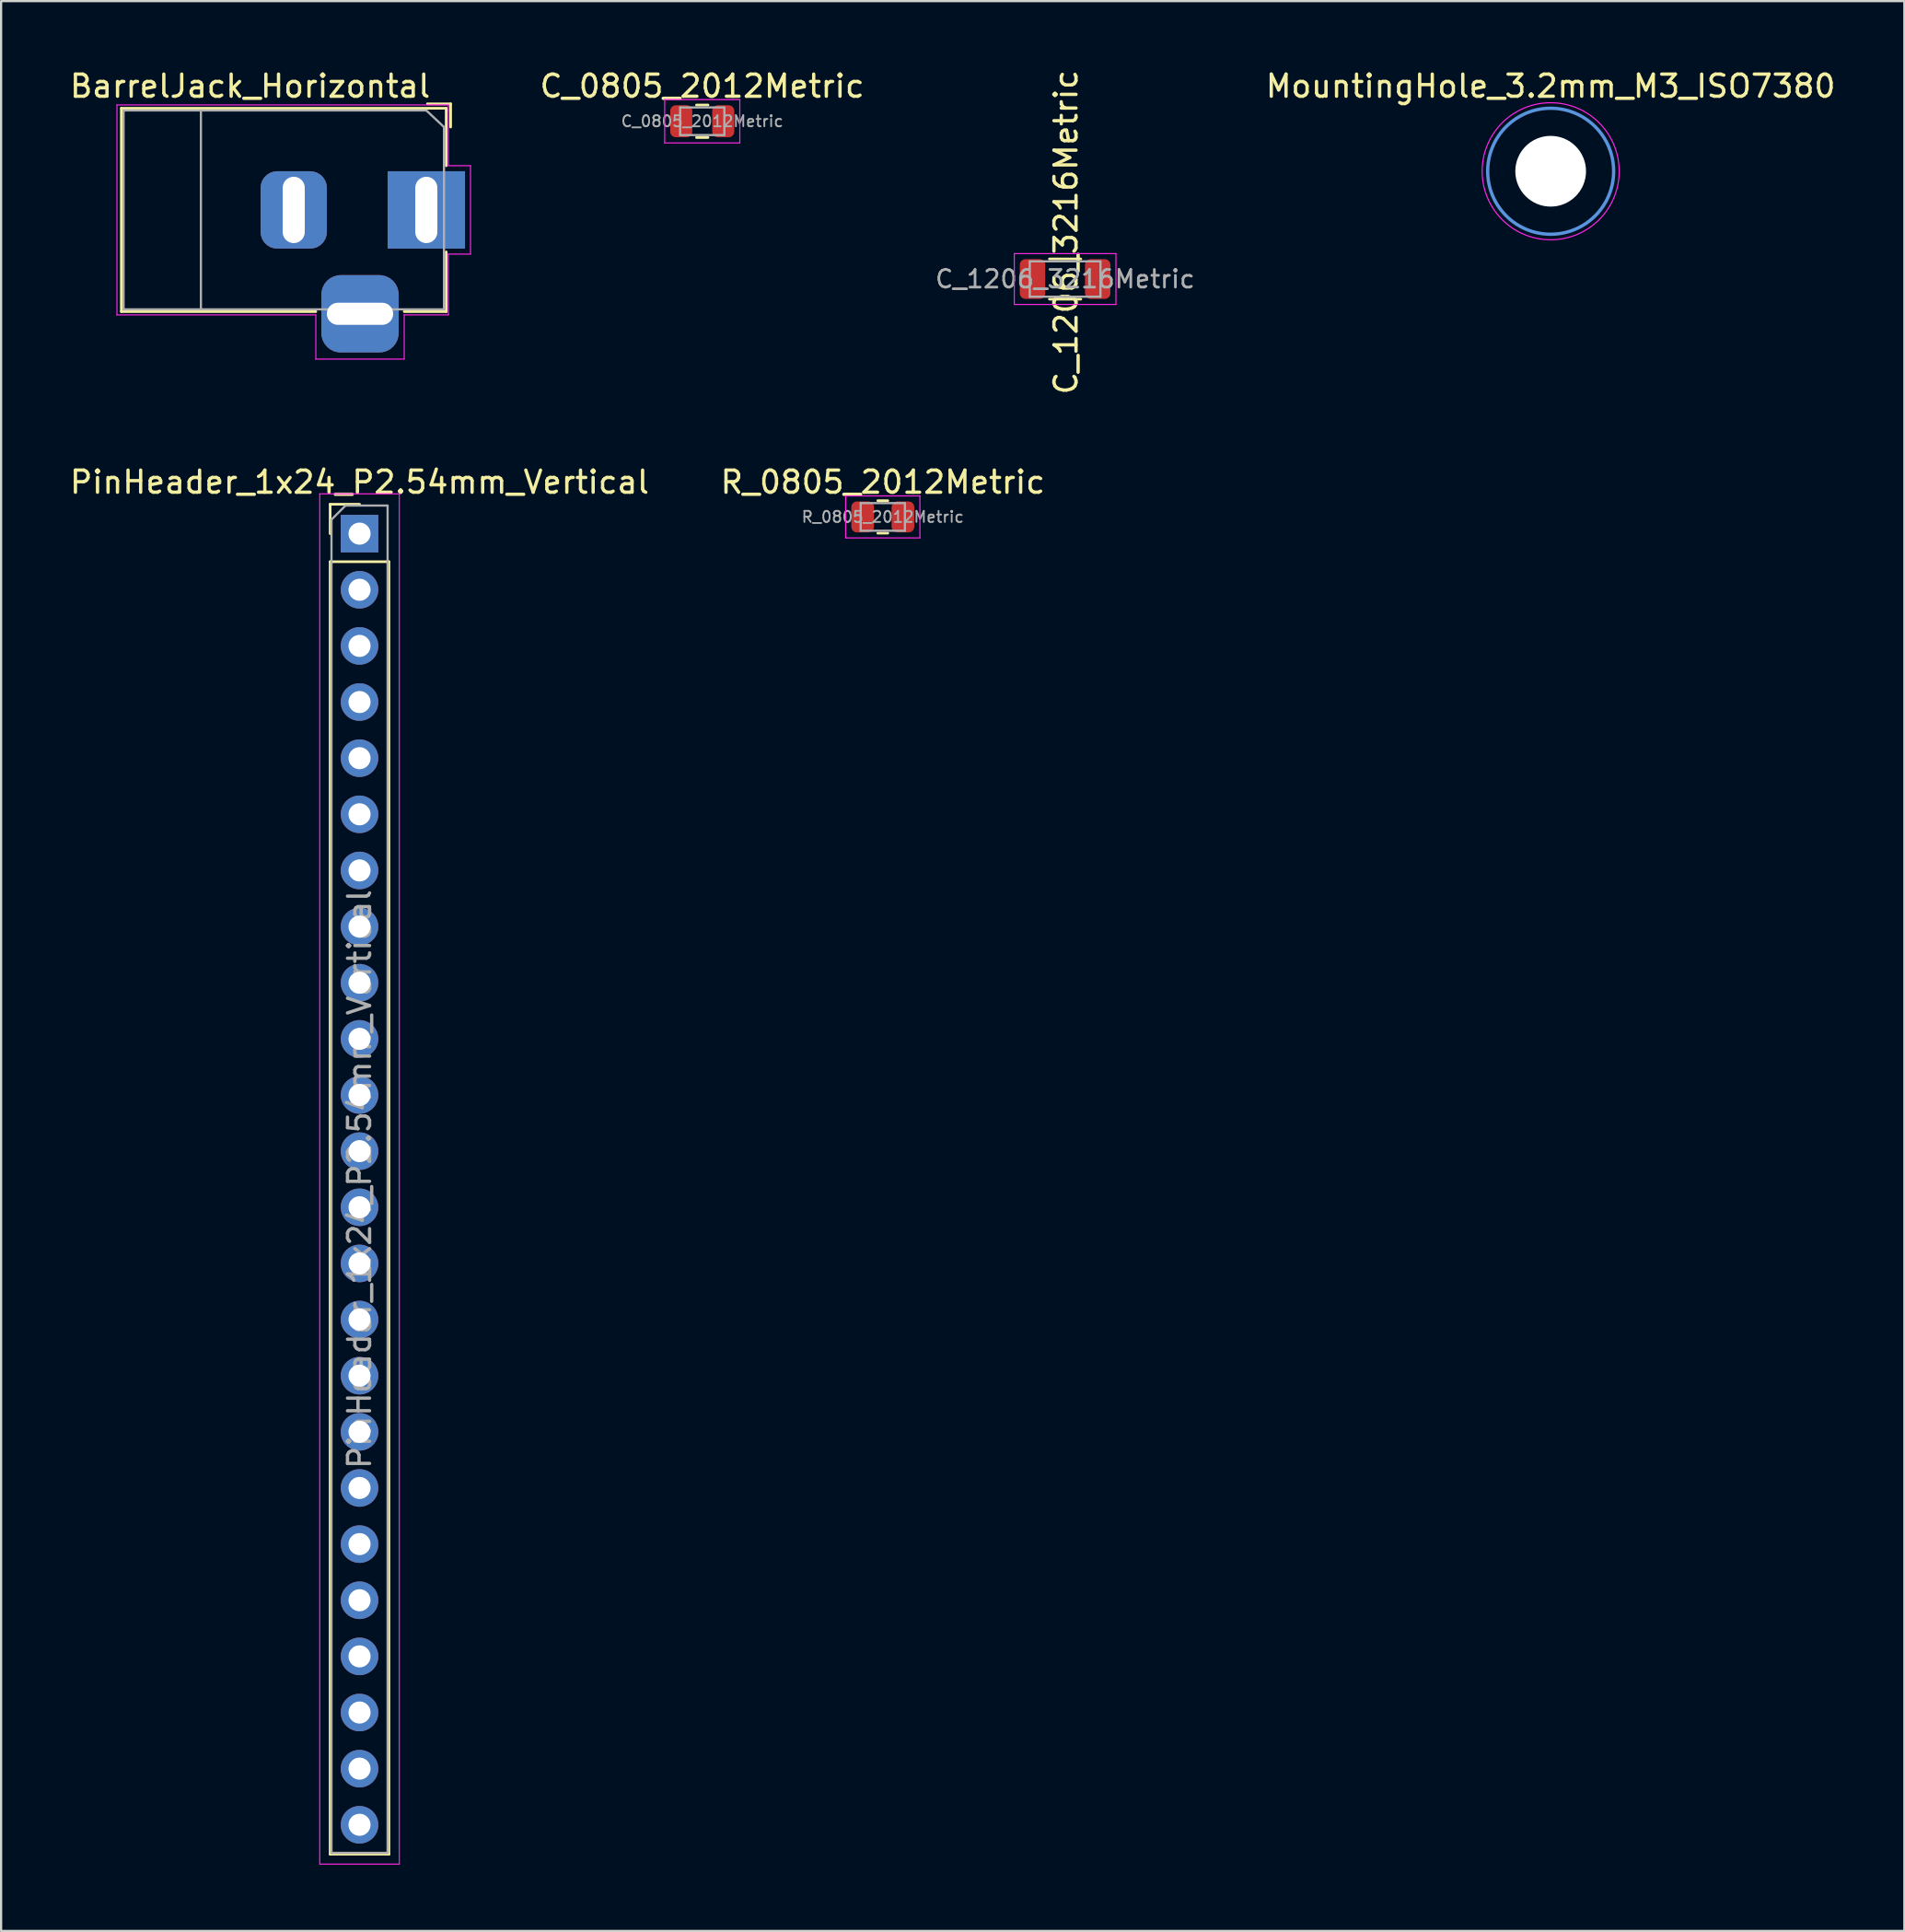
<source format=kicad_pcb>
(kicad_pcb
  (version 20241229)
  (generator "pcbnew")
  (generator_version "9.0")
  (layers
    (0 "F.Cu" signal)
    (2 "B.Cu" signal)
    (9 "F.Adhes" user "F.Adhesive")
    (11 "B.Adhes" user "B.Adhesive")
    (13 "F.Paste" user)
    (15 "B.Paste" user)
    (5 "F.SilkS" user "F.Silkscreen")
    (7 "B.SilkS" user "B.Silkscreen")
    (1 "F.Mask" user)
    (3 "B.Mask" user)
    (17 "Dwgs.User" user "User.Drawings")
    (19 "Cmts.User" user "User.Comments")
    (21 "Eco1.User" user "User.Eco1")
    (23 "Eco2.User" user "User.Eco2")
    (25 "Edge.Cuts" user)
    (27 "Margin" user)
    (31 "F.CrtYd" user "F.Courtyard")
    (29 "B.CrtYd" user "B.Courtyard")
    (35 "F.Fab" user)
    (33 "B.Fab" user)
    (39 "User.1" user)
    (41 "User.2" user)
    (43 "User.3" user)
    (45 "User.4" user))
  (footprint "PinHeader_1x24_P2.54mm_Vertical"
    (layer "F.Cu")
    (at 13.22 21.095)
    (property "Reference" "PinHeader_1x24_P2.54mm_Vertical" (at 0 -2.33 180) (layer "F.SilkS") (effects (font (size 1 1) (thickness 0.15))))
    (attr through_hole)
    (fp_line (start -1.33 -1.33) (end 0 -1.33) (stroke (width 0.12) (type solid)) (layer "F.SilkS"))
    (fp_line (start -1.33 0) (end -1.33 -1.33) (stroke (width 0.12) (type solid)) (layer "F.SilkS"))
    (fp_line (start -1.33 1.27) (end -1.33 59.75) (stroke (width 0.12) (type solid)) (layer "F.SilkS"))
    (fp_line (start -1.33 1.27) (end 1.33 1.27) (stroke (width 0.12) (type solid)) (layer "F.SilkS"))
    (fp_line (start -1.33 59.75) (end 1.33 59.75) (stroke (width 0.12) (type solid)) (layer "F.SilkS"))
    (fp_line (start 1.33 1.27) (end 1.33 59.75) (stroke (width 0.12) (type solid)) (layer "F.SilkS"))
    (fp_line (start -1.8 -1.8) (end -1.8 60.2) (stroke (width 0.05) (type solid)) (layer "F.CrtYd"))
    (fp_line (start -1.8 60.2) (end 1.8 60.2) (stroke (width 0.05) (type solid)) (layer "F.CrtYd"))
    (fp_line (start 1.8 -1.8) (end -1.8 -1.8) (stroke (width 0.05) (type solid)) (layer "F.CrtYd"))
    (fp_line (start 1.8 60.2) (end 1.8 -1.8) (stroke (width 0.05) (type solid)) (layer "F.CrtYd"))
    (fp_line (start -1.27 -0.635) (end -0.635 -1.27) (stroke (width 0.1) (type solid)) (layer "F.Fab"))
    (fp_line (start -1.27 59.69) (end -1.27 -0.635) (stroke (width 0.1) (type solid)) (layer "F.Fab"))
    (fp_line (start -0.635 -1.27) (end 1.27 -1.27) (stroke (width 0.1) (type solid)) (layer "F.Fab"))
    (fp_line (start 1.27 -1.27) (end 1.27 59.69) (stroke (width 0.1) (type solid)) (layer "F.Fab"))
    (fp_line (start 1.27 59.69) (end -1.27 59.69) (stroke (width 0.1) (type solid)) (layer "F.Fab"))
    (fp_text user "${REFERENCE}" (at 0 29.21 90) (layer "F.Fab") (effects (font (size 1 1) (thickness 0.15))))
    (pad "1" thru_hole rect (at 0 0) (size 1.7 1.7) (drill 1) (layers "*.Cu" "*.Mask"))
    (pad "2" thru_hole oval (at 0 2.54) (size 1.7 1.7) (drill 1) (layers "*.Cu" "*.Mask"))
    (pad "3" thru_hole oval (at 0 5.08) (size 1.7 1.7) (drill 1) (layers "*.Cu" "*.Mask"))
    (pad "4" thru_hole oval (at 0 7.62) (size 1.7 1.7) (drill 1) (layers "*.Cu" "*.Mask"))
    (pad "5" thru_hole oval (at 0 10.16) (size 1.7 1.7) (drill 1) (layers "*.Cu" "*.Mask"))
    (pad "6" thru_hole oval (at 0 12.7) (size 1.7 1.7) (drill 1) (layers "*.Cu" "*.Mask"))
    (pad "7" thru_hole oval (at 0 15.24) (size 1.7 1.7) (drill 1) (layers "*.Cu" "*.Mask"))
    (pad "8" thru_hole oval (at 0 17.78) (size 1.7 1.7) (drill 1) (layers "*.Cu" "*.Mask"))
    (pad "9" thru_hole oval (at 0 20.32) (size 1.7 1.7) (drill 1) (layers "*.Cu" "*.Mask"))
    (pad "10" thru_hole oval (at 0 22.86) (size 1.7 1.7) (drill 1) (layers "*.Cu" "*.Mask"))
    (pad "11" thru_hole oval (at 0 25.4) (size 1.7 1.7) (drill 1) (layers "*.Cu" "*.Mask"))
    (pad "12" thru_hole oval (at 0 27.94) (size 1.7 1.7) (drill 1) (layers "*.Cu" "*.Mask"))
    (pad "13" thru_hole oval (at 0 30.48) (size 1.7 1.7) (drill 1) (layers "*.Cu" "*.Mask"))
    (pad "14" thru_hole oval (at 0 33.02) (size 1.7 1.7) (drill 1) (layers "*.Cu" "*.Mask"))
    (pad "15" thru_hole oval (at 0 35.56) (size 1.7 1.7) (drill 1) (layers "*.Cu" "*.Mask"))
    (pad "16" thru_hole oval (at 0 38.1) (size 1.7 1.7) (drill 1) (layers "*.Cu" "*.Mask"))
    (pad "17" thru_hole oval (at 0 40.64) (size 1.7 1.7) (drill 1) (layers "*.Cu" "*.Mask"))
    (pad "18" thru_hole oval (at 0 43.18) (size 1.7 1.7) (drill 1) (layers "*.Cu" "*.Mask"))
    (pad "19" thru_hole oval (at 0 45.72) (size 1.7 1.7) (drill 1) (layers "*.Cu" "*.Mask"))
    (pad "20" thru_hole oval (at 0 48.26) (size 1.7 1.7) (drill 1) (layers "*.Cu" "*.Mask"))
    (pad "21" thru_hole oval (at 0 50.8) (size 1.7 1.7) (drill 1) (layers "*.Cu" "*.Mask"))
    (pad "22" thru_hole oval (at 0 53.34) (size 1.7 1.7) (drill 1) (layers "*.Cu" "*.Mask"))
    (pad "23" thru_hole oval (at 0 55.88) (size 1.7 1.7) (drill 1) (layers "*.Cu" "*.Mask"))
    (pad "24" thru_hole oval (at 0 58.42) (size 1.7 1.7) (drill 1) (layers "*.Cu" "*.Mask")))
  (footprint "C_0805_2012Metric"
    (layer "F.Cu")
    (at 28.729 2.437)
    (property "Reference" "C_0805_2012Metric" (at -0.004 -1.589 0) (layer "F.SilkS") (effects (font (size 1 1) (thickness 0.15))))
    (attr smd)
    (fp_line (start -0.261 -0.735) (end 0.261 -0.735) (stroke (width 0.12) (type solid)) (layer "F.SilkS"))
    (fp_line (start -0.261 0.735) (end 0.261 0.735) (stroke (width 0.12) (type solid)) (layer "F.SilkS"))
    (fp_line (start -1.7 -0.98) (end 1.7 -0.98) (stroke (width 0.05) (type solid)) (layer "F.CrtYd"))
    (fp_line (start -1.7 0.98) (end -1.7 -0.98) (stroke (width 0.05) (type solid)) (layer "F.CrtYd"))
    (fp_line (start 1.7 -0.98) (end 1.7 0.98) (stroke (width 0.05) (type solid)) (layer "F.CrtYd"))
    (fp_line (start 1.7 0.98) (end -1.7 0.98) (stroke (width 0.05) (type solid)) (layer "F.CrtYd"))
    (fp_line (start -1 -0.625) (end 1 -0.625) (stroke (width 0.1) (type solid)) (layer "F.Fab"))
    (fp_line (start -1 0.625) (end -1 -0.625) (stroke (width 0.1) (type solid)) (layer "F.Fab"))
    (fp_line (start 1 -0.625) (end 1 0.625) (stroke (width 0.1) (type solid)) (layer "F.Fab"))
    (fp_line (start 1 0.625) (end -1 0.625) (stroke (width 0.1) (type solid)) (layer "F.Fab"))
    (fp_text user "${REFERENCE}" (at 0 0 0) (layer "F.Fab") (effects (font (size 0.5 0.5) (thickness 0.08))))
    (pad "1" smd roundrect (at -0.95 0) (size 1 1.45) (layers "F.Cu" "F.Mask" "F.Paste") (roundrect_rratio 0.25))
    (pad "2" smd roundrect (at 0.95 0) (size 1 1.45) (layers "F.Cu" "F.Mask" "F.Paste") (roundrect_rratio 0.25)))
  (footprint "BarrelJack_Horizontal"
    (layer "F.Cu")
    (at 16.242 6.448)
    (property "Reference" "BarrelJack_Horizontal" (at -7.974 -5.6 180) (layer "F.SilkS") (effects (font (size 1 1) (thickness 0.15))))
    (attr through_hole)
    (fp_line (start -13.8 -4.6) (end 0.9 -4.6) (stroke (width 0.12) (type solid)) (layer "F.SilkS"))
    (fp_line (start -13.8 4.6) (end -13.8 -4.6) (stroke (width 0.12) (type solid)) (layer "F.SilkS"))
    (fp_line (start -5 4.6) (end -13.8 4.6) (stroke (width 0.12) (type solid)) (layer "F.SilkS"))
    (fp_line (start 0.05 -4.8) (end 1.1 -4.8) (stroke (width 0.12) (type solid)) (layer "F.SilkS"))
    (fp_line (start 0.9 -4.6) (end 0.9 -2) (stroke (width 0.12) (type solid)) (layer "F.SilkS"))
    (fp_line (start 0.9 1.9) (end 0.9 4.6) (stroke (width 0.12) (type solid)) (layer "F.SilkS"))
    (fp_line (start 0.9 4.6) (end -1 4.6) (stroke (width 0.12) (type solid)) (layer "F.SilkS"))
    (fp_line (start 1.1 -3.75) (end 1.1 -4.8) (stroke (width 0.12) (type solid)) (layer "F.SilkS"))
    (fp_line (start -14 4.75) (end -14 -4.75) (stroke (width 0.05) (type solid)) (layer "F.CrtYd"))
    (fp_line (start -5 4.75) (end -14 4.75) (stroke (width 0.05) (type solid)) (layer "F.CrtYd"))
    (fp_line (start -5 6.75) (end -5 4.75) (stroke (width 0.05) (type solid)) (layer "F.CrtYd"))
    (fp_line (start -1 4.75) (end -1 6.75) (stroke (width 0.05) (type solid)) (layer "F.CrtYd"))
    (fp_line (start -1 6.75) (end -5 6.75) (stroke (width 0.05) (type solid)) (layer "F.CrtYd"))
    (fp_line (start 1 -4.75) (end -14 -4.75) (stroke (width 0.05) (type solid)) (layer "F.CrtYd"))
    (fp_line (start 1 -4.5) (end 1 -4.75) (stroke (width 0.05) (type solid)) (layer "F.CrtYd"))
    (fp_line (start 1 -4.5) (end 1 -2) (stroke (width 0.05) (type solid)) (layer "F.CrtYd"))
    (fp_line (start 1 -2) (end 2 -2) (stroke (width 0.05) (type solid)) (layer "F.CrtYd"))
    (fp_line (start 1 2) (end 1 4.75) (stroke (width 0.05) (type solid)) (layer "F.CrtYd"))
    (fp_line (start 1 4.75) (end -1 4.75) (stroke (width 0.05) (type solid)) (layer "F.CrtYd"))
    (fp_line (start 2 -2) (end 2 2) (stroke (width 0.05) (type solid)) (layer "F.CrtYd"))
    (fp_line (start 2 2) (end 1 2) (stroke (width 0.05) (type solid)) (layer "F.CrtYd"))
    (fp_line (start -13.7 -4.5) (end -13.7 4.5) (stroke (width 0.1) (type solid)) (layer "F.Fab"))
    (fp_line (start -13.7 4.5) (end 0.8 4.5) (stroke (width 0.1) (type solid)) (layer "F.Fab"))
    (fp_line (start -10.2 -4.5) (end -10.2 4.5) (stroke (width 0.1) (type solid)) (layer "F.Fab"))
    (fp_line (start -0.003 -4.505) (end 0.8 -3.75) (stroke (width 0.1) (type solid)) (layer "F.Fab"))
    (fp_line (start 0 -4.5) (end -13.7 -4.5) (stroke (width 0.1) (type solid)) (layer "F.Fab"))
    (fp_line (start 0.8 4.5) (end 0.8 -3.75) (stroke (width 0.1) (type solid)) (layer "F.Fab"))
    (pad "1" thru_hole rect (at 0 0) (size 3.5 3.5) (drill oval 1 3) (layers "*.Cu" "*.Mask"))
    (pad "2" thru_hole roundrect (at -6 0) (size 3 3.5) (drill oval 1 3) (layers "*.Cu" "*.Mask") (roundrect_rratio 0.25))
    (pad "3" thru_hole roundrect (at -3 4.7) (size 3.5 3.5) (drill oval 3 1) (layers "*.Cu" "*.Mask") (roundrect_rratio 0.25)))
  (footprint "C_1206_3216Metric"
    (layer "F.Cu")
    (at 45.15 9.576)
    (property "Reference" "C_1206_3216Metric" (at 0.038 -2.118 90) (layer "F.SilkS") (effects (font (size 1 1) (thickness 0.15))))
    (attr smd)
    (fp_line (start -0.711 -0.91) (end 0.711 -0.91) (stroke (width 0.12) (type solid)) (layer "F.SilkS"))
    (fp_line (start -0.711 0.91) (end 0.711 0.91) (stroke (width 0.12) (type solid)) (layer "F.SilkS"))
    (fp_line (start -2.3 -1.15) (end 2.3 -1.15) (stroke (width 0.05) (type solid)) (layer "F.CrtYd"))
    (fp_line (start -2.3 1.15) (end -2.3 -1.15) (stroke (width 0.05) (type solid)) (layer "F.CrtYd"))
    (fp_line (start 2.3 -1.15) (end 2.3 1.15) (stroke (width 0.05) (type solid)) (layer "F.CrtYd"))
    (fp_line (start 2.3 1.15) (end -2.3 1.15) (stroke (width 0.05) (type solid)) (layer "F.CrtYd"))
    (fp_line (start -1.6 -0.8) (end 1.6 -0.8) (stroke (width 0.1) (type solid)) (layer "F.Fab"))
    (fp_line (start -1.6 0.8) (end -1.6 -0.8) (stroke (width 0.1) (type solid)) (layer "F.Fab"))
    (fp_line (start 1.6 -0.8) (end 1.6 0.8) (stroke (width 0.1) (type solid)) (layer "F.Fab"))
    (fp_line (start 1.6 0.8) (end -1.6 0.8) (stroke (width 0.1) (type solid)) (layer "F.Fab"))
    (fp_text user "${REFERENCE}" (at 0 0 180) (layer "F.Fab") (effects (font (size 0.8 0.8) (thickness 0.12))))
    (pad "1" smd roundrect (at -1.475 0) (size 1.15 1.8) (layers "F.Cu" "F.Mask" "F.Paste") (roundrect_rratio 0.217))
    (pad "2" smd roundrect (at 1.475 0) (size 1.15 1.8) (layers "F.Cu" "F.Mask" "F.Paste") (roundrect_rratio 0.217)))
  (footprint "MountingHole_3.2mm_M3_ISO7380"
    (layer "F.Cu")
    (at 67.123 4.698)
    (property "Reference" "MountingHole_3.2mm_M3_ISO7380" (at 0 -3.85 0) (layer "F.SilkS") (effects (font (size 1 1) (thickness 0.15))))
    (attr exclude_from_pos_files exclude_from_bom)
    (fp_circle (center 0 0) (end 2.85 0) (stroke (width 0.15) (type solid)) (fill no) (layer "Cmts.User"))
    (fp_circle (center 0 0) (end 3.1 0) (stroke (width 0.05) (type solid)) (fill no) (layer "F.CrtYd"))
    (pad "" np_thru_hole circle (at 0 0) (size 3.2 3.2) (drill 3.2) (layers "*.Cu" "*.Mask")))
  (footprint "R_0805_2012Metric"
    (layer "F.Cu")
    (at 36.899 20.339)
    (property "Reference" "R_0805_2012Metric" (at 0 -1.574 180) (layer "F.SilkS") (effects (font (size 1 1) (thickness 0.15))))
    (attr smd)
    (fp_line (start -0.227 -0.735) (end 0.227 -0.735) (stroke (width 0.12) (type solid)) (layer "F.SilkS"))
    (fp_line (start -0.227 0.735) (end 0.227 0.735) (stroke (width 0.12) (type solid)) (layer "F.SilkS"))
    (fp_line (start -1.68 -0.95) (end 1.68 -0.95) (stroke (width 0.05) (type solid)) (layer "F.CrtYd"))
    (fp_line (start -1.68 0.95) (end -1.68 -0.95) (stroke (width 0.05) (type solid)) (layer "F.CrtYd"))
    (fp_line (start 1.68 -0.95) (end 1.68 0.95) (stroke (width 0.05) (type solid)) (layer "F.CrtYd"))
    (fp_line (start 1.68 0.95) (end -1.68 0.95) (stroke (width 0.05) (type solid)) (layer "F.CrtYd"))
    (fp_line (start -1 -0.625) (end 1 -0.625) (stroke (width 0.1) (type solid)) (layer "F.Fab"))
    (fp_line (start -1 0.625) (end -1 -0.625) (stroke (width 0.1) (type solid)) (layer "F.Fab"))
    (fp_line (start 1 -0.625) (end 1 0.625) (stroke (width 0.1) (type solid)) (layer "F.Fab"))
    (fp_line (start 1 0.625) (end -1 0.625) (stroke (width 0.1) (type solid)) (layer "F.Fab"))
    (fp_text user "${REFERENCE}" (at 0 0 180) (layer "F.Fab") (effects (font (size 0.5 0.5) (thickness 0.08))))
    (pad "1" smd roundrect (at -0.912 0) (size 1.025 1.4) (layers "F.Cu" "F.Mask" "F.Paste") (roundrect_rratio 0.244))
    (pad "2" smd roundrect (at 0.912 0) (size 1.025 1.4) (layers "F.Cu" "F.Mask" "F.Paste") (roundrect_rratio 0.244)))
  (gr_rect
    (start -3 -3)
    (end 83.129 84.32)
    (stroke (width 0.1) (type default))
    (fill no)
    (layer "Edge.Cuts")))
</source>
